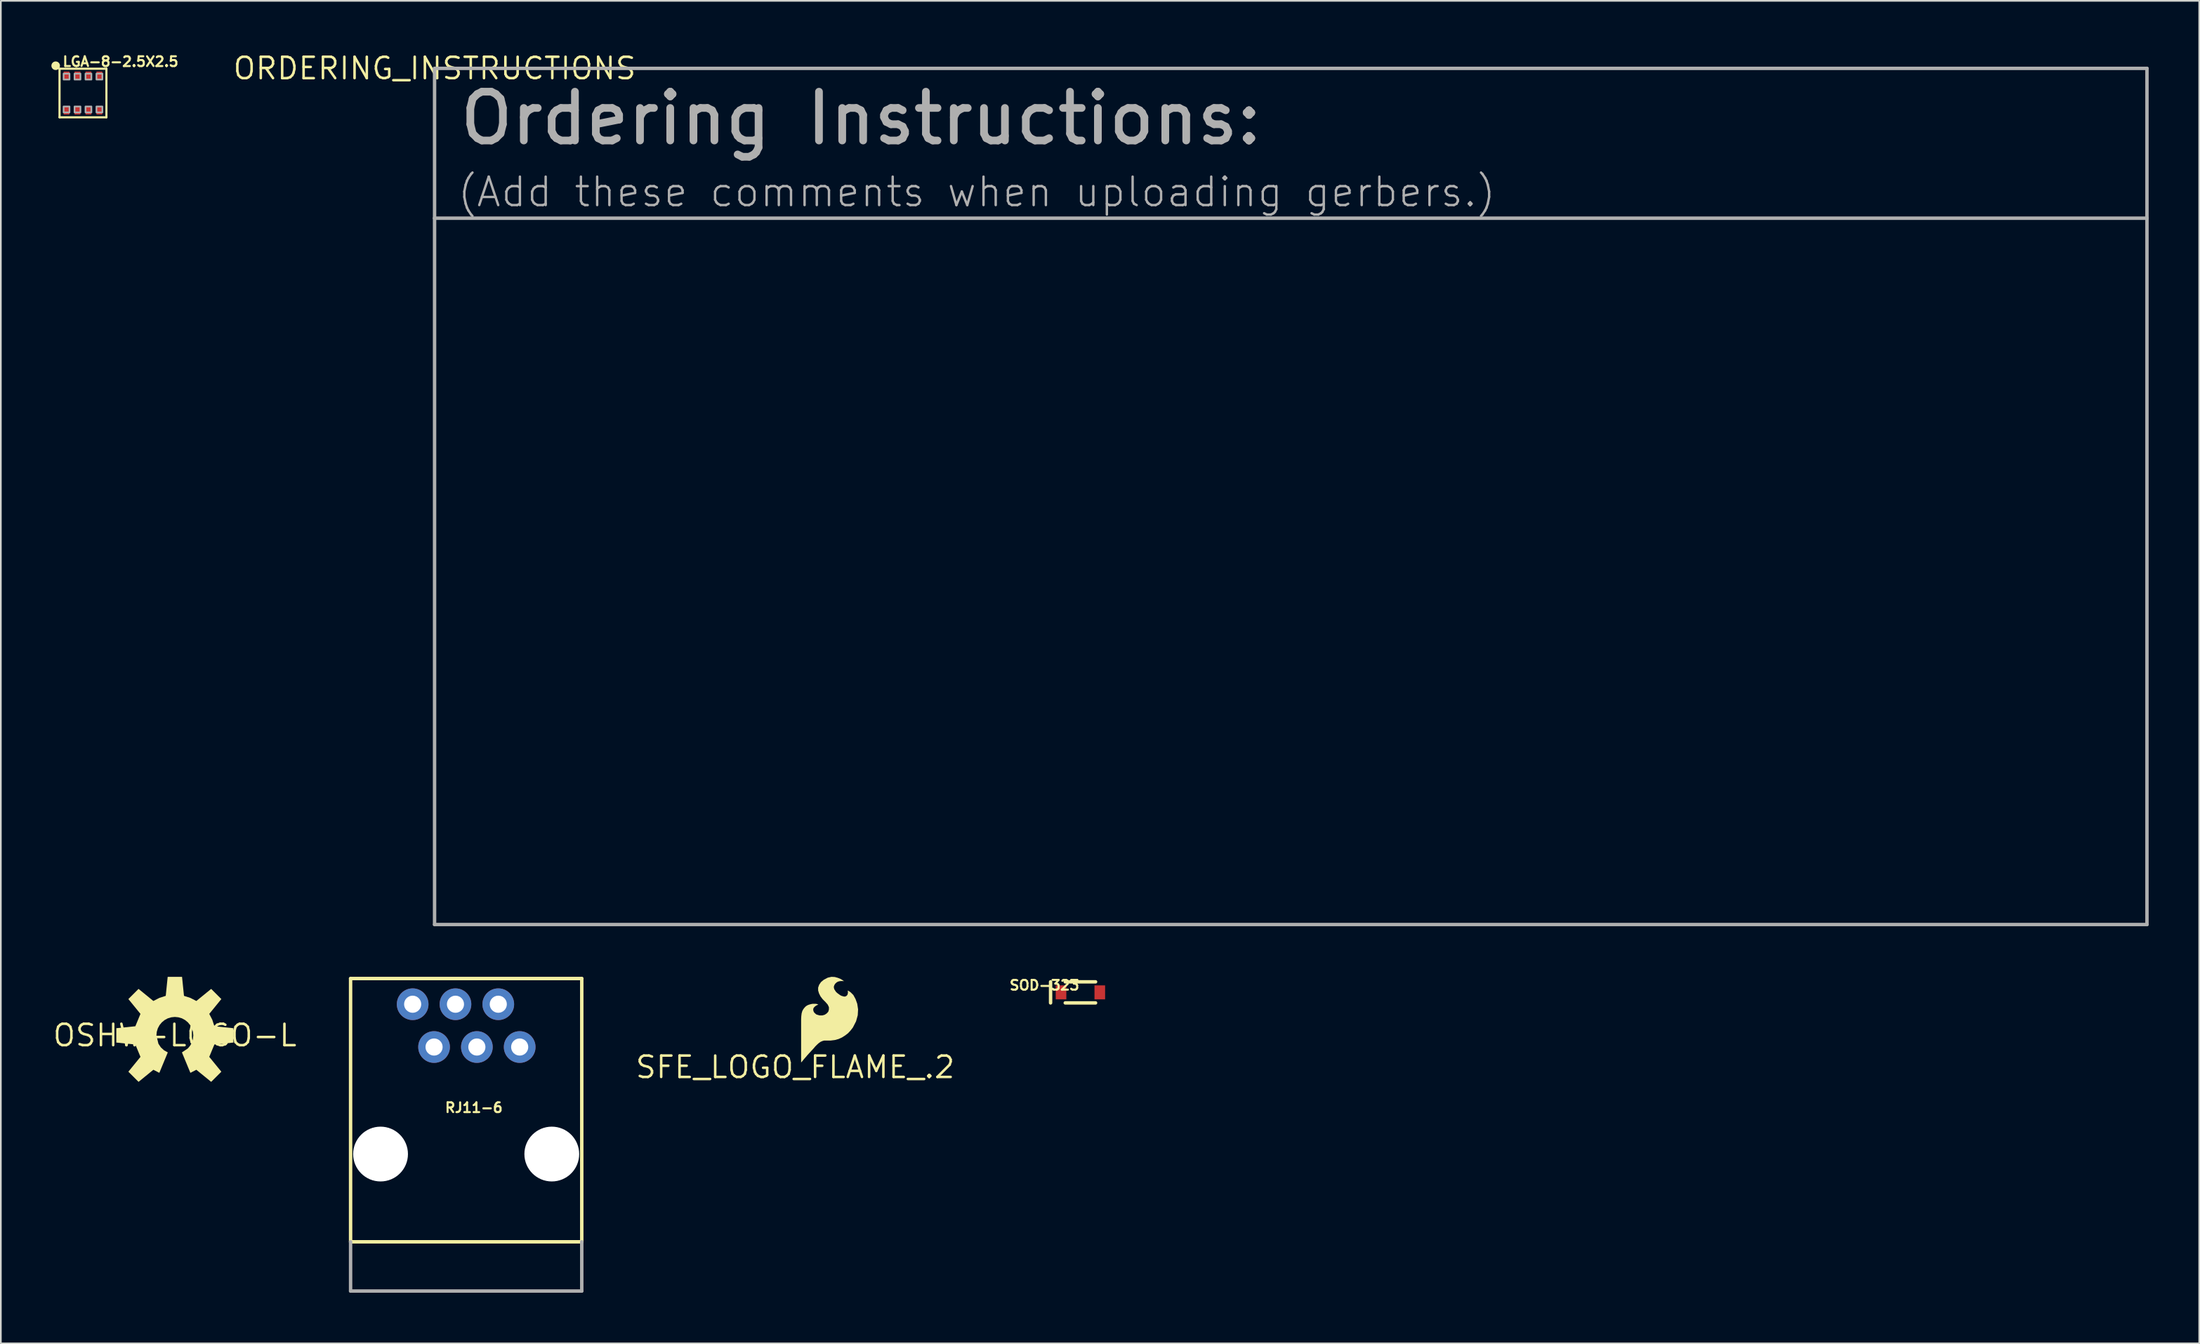
<source format=kicad_pcb>
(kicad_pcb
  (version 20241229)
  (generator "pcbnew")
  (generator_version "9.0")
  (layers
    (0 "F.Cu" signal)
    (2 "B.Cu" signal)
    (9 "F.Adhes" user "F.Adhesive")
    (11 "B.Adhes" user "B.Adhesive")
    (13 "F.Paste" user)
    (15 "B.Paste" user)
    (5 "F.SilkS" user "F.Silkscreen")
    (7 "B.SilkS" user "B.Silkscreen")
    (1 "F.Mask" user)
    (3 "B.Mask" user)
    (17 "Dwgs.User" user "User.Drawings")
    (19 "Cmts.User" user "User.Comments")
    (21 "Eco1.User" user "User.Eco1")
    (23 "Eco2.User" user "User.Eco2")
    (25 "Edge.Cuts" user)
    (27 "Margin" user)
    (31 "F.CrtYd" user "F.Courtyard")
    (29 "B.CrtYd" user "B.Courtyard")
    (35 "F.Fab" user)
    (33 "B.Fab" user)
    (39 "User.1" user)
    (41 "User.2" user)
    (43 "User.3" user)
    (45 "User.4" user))
  (footprint "OSHW-LOGO-L"
    (layer "F.Cu")
    (at 7.325 58.382)
    (property "Reference" "OSHW-LOGO-L" (at 0 0 0) (layer "F.SilkS") (effects (font (size 1.27 1.27) (thickness 0.15))))
    (attr through_hole)
    (fp_poly (pts (xy 0.921 2.223) (xy 1.275 2.041) (xy 2.155 2.758) (xy 2.758 2.155) (xy 2.041 1.275) (xy 2.345 0.541) (xy 3.474 0.426) (xy 3.474 -0.426) (xy 2.345 -0.541) (xy 2.223 -0.921) (xy 2.041 -1.275) (xy 2.758 -2.155) (xy 2.155 -2.758) (xy 1.275 -2.041) (xy 0.921 -2.223) (xy 0.541 -2.345) (xy 0.426 -3.474) (xy -0.426 -3.474) (xy -0.541 -2.345) (xy -0.921 -2.223) (xy -1.275 -2.041) (xy -2.155 -2.758) (xy -2.758 -2.155) (xy -2.041 -1.275) (xy -2.345 -0.541) (xy -3.474 -0.426) (xy -3.474 0.426) (xy -2.345 0.541) (xy -2.041 1.275) (xy -2.758 2.155) (xy -2.155 2.758) (xy -1.275 2.041) (xy -0.921 2.223) (xy -0.419 1.01) (xy -0.643 0.885) (xy -0.832 0.71) (xy -0.975 0.497) (xy -1.094 0) (xy -1.094 -0.000001) (xy -1.073 -0.213) (xy -1.011 -0.419) (xy -0.909 -0.608) (xy -0.773 -0.773) (xy -0.608 -0.909) (xy -0.419 -1.011) (xy -0.213 -1.073) (xy -0.000039 -1.094) (xy 0.213 -1.073) (xy 0.419 -1.011) (xy 0.608 -0.909) (xy 0.773 -0.773) (xy 0.909 -0.608) (xy 1.01 -0.419) (xy 1.073 -0.213) (xy 1.094 -0.000038) (xy 1.073 0.213) (xy 1.011 0.419) (xy 0.909 0.608) (xy 0.773 0.773) (xy 0.419 1.01)) (stroke (width 0) (type solid)) (fill yes) (layer "F.SilkS")))
  (footprint "SFE_LOGO_FLAME_.2"
    (layer "F.Cu")
    (at 44.132 60.268)
    (property "Reference" "SFE_LOGO_FLAME_.2" (at 0 0 0) (layer "F.SilkS") (effects (font (size 1.27 1.27) (thickness 0.15))))
    (attr through_hole)
    (fp_poly (pts (xy 3.12 -4.54) (xy 3.12 -4.53) (xy 3.12 -4.49) (xy 3.13 -4.44) (xy 3.12 -4.38) (xy 3.11 -4.32) (xy 3.08 -4.27) (xy 3.03 -4.22) (xy 2.96 -4.19) (xy 2.89 -4.19) (xy 2.82 -4.21) (xy 2.75 -4.23) (xy 2.67 -4.27) (xy 2.6 -4.32) (xy 2.53 -4.37) (xy 2.46 -4.43) (xy 2.41 -4.48) (xy 2.36 -4.56) (xy 2.32 -4.62) (xy 2.3 -4.69) (xy 2.29 -4.75) (xy 2.3 -4.81) (xy 2.32 -4.86) (xy 2.35 -4.92) (xy 2.39 -4.97) (xy 2.47 -5.04) (xy 2.55 -5.08) (xy 2.63 -5.1) (xy 2.72 -5.11) (xy 2.79 -5.11) (xy 2.85 -5.11) (xy 2.89 -5.1) (xy 2.9 -5.1) (xy 2.87 -5.12) (xy 2.8 -5.17) (xy 2.68 -5.24) (xy 2.53 -5.3) (xy 2.35 -5.35) (xy 2.15 -5.36) (xy 1.93 -5.31) (xy 1.7 -5.19) (xy 1.53 -5.05) (xy 1.42 -4.89) (xy 1.36 -4.72) (xy 1.36 -4.55) (xy 1.41 -4.38) (xy 1.5 -4.2) (xy 1.63 -4.03) (xy 1.8 -3.86) (xy 1.93 -3.71) (xy 2 -3.56) (xy 2 -3.42) (xy 1.96 -3.29) (xy 1.87 -3.19) (xy 1.75 -3.11) (xy 1.61 -3.07) (xy 1.45 -3.07) (xy 1.34 -3.1) (xy 1.25 -3.13) (xy 1.18 -3.19) (xy 1.12 -3.25) (xy 1.09 -3.31) (xy 1.07 -3.38) (xy 1.07 -3.45) (xy 1.09 -3.51) (xy 1.12 -3.55) (xy 1.16 -3.59) (xy 1.21 -3.63) (xy 1.25 -3.66) (xy 1.3 -3.68) (xy 1.34 -3.7) (xy 1.36 -3.71) (xy 1.37 -3.72) (xy 1.36 -3.72) (xy 1.33 -3.73) (xy 1.28 -3.75) (xy 1.21 -3.76) (xy 1.13 -3.76) (xy 1.03 -3.76) (xy 0.93 -3.74) (xy 0.82 -3.71) (xy 0.72 -3.67) (xy 0.63 -3.61) (xy 0.55 -3.53) (xy 0.48 -3.44) (xy 0.42 -3.33) (xy 0.38 -3.19) (xy 0.36 -3.03) (xy 0.35 -2.84) (xy 0.35 -2.51) (xy 0.35 -2.19) (xy 0.35 -1.87) (xy 0.35 -1.55) (xy 0.35 -1.23) (xy 0.35 -0.91) (xy 0.35 -0.59) (xy 0.35 -0.27) (xy 0.36 -0.29) (xy 0.4 -0.33) (xy 0.46 -0.4) (xy 0.53 -0.49) (xy 0.62 -0.59) (xy 0.72 -0.71) (xy 0.83 -0.83) (xy 0.95 -0.96) (xy 1.08 -1.1) (xy 1.19 -1.23) (xy 1.3 -1.34) (xy 1.4 -1.43) (xy 1.5 -1.5) (xy 1.61 -1.55) (xy 1.72 -1.58) (xy 1.86 -1.58) (xy 2.11 -1.58) (xy 2.35 -1.61) (xy 2.57 -1.67) (xy 2.77 -1.76) (xy 2.96 -1.88) (xy 3.13 -2.01) (xy 3.28 -2.17) (xy 3.42 -2.35) (xy 3.61 -2.72) (xy 3.71 -3.08) (xy 3.73 -3.43) (xy 3.68 -3.76) (xy 3.58 -4.04) (xy 3.45 -4.28) (xy 3.28 -4.45) (xy 3.12 -4.55)) (stroke (width 0) (type solid)) (fill yes) (layer "F.SilkS")))
  (footprint "ORDERING_INSTRUCTIONS"
    (layer "F.Cu")
    (at 22.734 1.006)
    (property "Reference" "ORDERING_INSTRUCTIONS" (at 0 0 0) (layer "F.SilkS") (effects (font (size 1.27 1.27) (thickness 0.15))))
    (attr through_hole)
    (fp_line (start 0 0) (end 101.6 0) (stroke (width 0.203) (type solid)) (layer "F.Fab"))
    (fp_line (start 0 8.89) (end 0 0) (stroke (width 0.203) (type solid)) (layer "F.Fab"))
    (fp_line (start 0 8.89) (end 101.6 8.89) (stroke (width 0.203) (type solid)) (layer "F.Fab"))
    (fp_line (start 0 50.8) (end 0 8.89) (stroke (width 0.203) (type solid)) (layer "F.Fab"))
    (fp_line (start 101.6 0) (end 101.6 8.89) (stroke (width 0.203) (type solid)) (layer "F.Fab"))
    (fp_line (start 101.6 8.89) (end 101.6 50.8) (stroke (width 0.203) (type solid)) (layer "F.Fab"))
    (fp_line (start 101.6 50.8) (end 0 50.8) (stroke (width 0.203) (type solid)) (layer "F.Fab"))
    (fp_text user "Ordering Instructions:" (at 1.27 1.27 0) (layer "F.Fab") (effects (font (size 2.896 2.896) (thickness 0.457)) (justify left top)))
    (fp_text user "(Add these comments when uploading gerbers.)" (at 1.27 6.35 0) (layer "F.Fab") (effects (font (size 1.689 1.689) (thickness 0.142)) (justify left top))))
  (footprint "RJ11-6"
    (layer "F.Cu")
    (at 24.609 65.423)
    (property "Reference" "RJ11-6" (at -1.321 -2.413 0) (layer "F.SilkS") (effects (font (size 0.579 0.579) (thickness 0.122)) (justify left bottom)))
    (attr through_hole)
    (fp_line (start -6.858 -10.414) (end -6.858 5.207) (stroke (width 0.203) (type solid)) (layer "F.SilkS"))
    (fp_line (start 6.858 -10.414) (end -6.858 -10.414) (stroke (width 0.203) (type solid)) (layer "F.SilkS"))
    (fp_line (start 6.858 5.207) (end -6.858 5.207) (stroke (width 0.203) (type solid)) (layer "F.SilkS"))
    (fp_line (start 6.858 5.207) (end 6.858 -10.414) (stroke (width 0.203) (type solid)) (layer "F.SilkS"))
    (fp_line (start -6.858 5.207) (end -6.858 8.128) (stroke (width 0.203) (type solid)) (layer "F.Fab"))
    (fp_line (start -6.858 8.128) (end 6.858 8.128) (stroke (width 0.203) (type solid)) (layer "F.Fab"))
    (fp_line (start 6.858 8.128) (end 6.858 5.207) (stroke (width 0.203) (type solid)) (layer "F.Fab"))
    (pad "" np_thru_hole circle (at -5.08 0) (size 3.251 3.251) (drill 3.251) (layers "*.Cu" "*.Mask"))
    (pad "" np_thru_hole circle (at 5.08 0) (size 3.251 3.251) (drill 3.251) (layers "*.Cu" "*.Mask"))
    (pad "1" thru_hole circle (at -3.175 -8.89) (size 1.88 1.88) (drill 1.016) (layers "*.Cu" "*.Mask"))
    (pad "2" thru_hole circle (at -1.905 -6.35) (size 1.88 1.88) (drill 1.016) (layers "*.Cu" "*.Mask"))
    (pad "3" thru_hole circle (at -0.635 -8.89) (size 1.88 1.88) (drill 1.016) (layers "*.Cu" "*.Mask"))
    (pad "4" thru_hole circle (at 0.635 -6.35) (size 1.88 1.88) (drill 1.016) (layers "*.Cu" "*.Mask"))
    (pad "5" thru_hole circle (at 1.905 -8.89) (size 1.88 1.88) (drill 1.016) (layers "*.Cu" "*.Mask"))
    (pad "6" thru_hole circle (at 3.175 -6.35) (size 1.88 1.88) (drill 1.016) (layers "*.Cu" "*.Mask")))
  (footprint "SOD-323"
    (layer "F.Cu")
    (at 61.053 55.83)
    (property "Reference" "SOD-323" (at 0 -0.762 0) (layer "F.SilkS") (effects (font (size 0.579 0.579) (thickness 0.122)) (justify right top)))
    (attr through_hole)
    (fp_line (start -1.77 -0.625) (end -1.77 0.625) (stroke (width 0.203) (type solid)) (layer "F.SilkS"))
    (fp_line (start -0.9 -0.625) (end 0.9 -0.625) (stroke (width 0.203) (type solid)) (layer "F.SilkS"))
    (fp_line (start -0.9 0.625) (end 0.9 0.625) (stroke (width 0.203) (type solid)) (layer "F.SilkS"))
    (pad "A" smd rect (at 1.15 0) (size 0.63 0.83) (layers "F.Cu" "F.Mask" "F.Paste"))
    (pad "C" smd rect (at -1.15 0) (size 0.63 0.83) (layers "F.Cu" "F.Mask" "F.Paste")))
  (footprint "LGA-8-2.5X2.5"
    (layer "F.Cu")
    (at 1.873 2.469)
    (property "Reference" "LGA-8-2.5X2.5" (at -1.27 -1.524 0) (layer "F.SilkS") (effects (font (size 0.579 0.579) (thickness 0.122)) (justify left bottom)))
    (attr through_hole)
    (fp_line (start -1.391 -1.441) (end 1.391 -1.441) (stroke (width 0.127) (type solid)) (layer "F.SilkS"))
    (fp_line (start -1.391 1.441) (end -1.391 -1.441) (stroke (width 0.127) (type solid)) (layer "F.SilkS"))
    (fp_line (start 1.391 -1.441) (end 1.391 1.441) (stroke (width 0.127) (type solid)) (layer "F.SilkS"))
    (fp_line (start 1.391 1.441) (end -1.391 1.441) (stroke (width 0.127) (type solid)) (layer "F.SilkS"))
    (fp_circle (center -1.619 -1.619) (end -1.365 -1.619) (stroke (width 0) (type solid)) (fill yes) (layer "F.SilkS"))
    (fp_line (start -1.25 -1.25) (end -1.25 1.25) (stroke (width 0.001) (type solid)) (layer "F.Fab"))
    (fp_line (start -1.25 1.25) (end 1.25 1.25) (stroke (width 0.001) (type solid)) (layer "F.Fab"))
    (fp_line (start 1.25 -1.25) (end -1.25 -1.25) (stroke (width 0.001) (type solid)) (layer "F.Fab"))
    (fp_line (start 1.25 1.25) (end 1.25 -1.25) (stroke (width 0.001) (type solid)) (layer "F.Fab"))
    (fp_poly (pts (xy -1.15 -0.8) (xy -0.8 -0.8) (xy -0.8 -1.15) (xy -1.15 -1.15)) (stroke (width 0.1) (type solid)) (fill no) (layer "F.Fab"))
    (fp_poly (pts (xy -0.8 0.8) (xy -1.15 0.8) (xy -1.15 1.15) (xy -0.8 1.15)) (stroke (width 0.1) (type solid)) (fill no) (layer "F.Fab"))
    (fp_poly (pts (xy -0.5 -0.8) (xy -0.15 -0.8) (xy -0.15 -1.15) (xy -0.5 -1.15)) (stroke (width 0.1) (type solid)) (fill no) (layer "F.Fab"))
    (fp_poly (pts (xy -0.15 0.8) (xy -0.5 0.8) (xy -0.5 1.15) (xy -0.15 1.15)) (stroke (width 0.1) (type solid)) (fill no) (layer "F.Fab"))
    (fp_poly (pts (xy 0.15 -0.8) (xy 0.5 -0.8) (xy 0.5 -1.15) (xy 0.15 -1.15)) (stroke (width 0.1) (type solid)) (fill no) (layer "F.Fab"))
    (fp_poly (pts (xy 0.5 0.8) (xy 0.15 0.8) (xy 0.15 1.15) (xy 0.5 1.15)) (stroke (width 0.1) (type solid)) (fill no) (layer "F.Fab"))
    (fp_poly (pts (xy 0.8 -0.8) (xy 1.15 -0.8) (xy 1.15 -1.15) (xy 0.8 -1.15)) (stroke (width 0.1) (type solid)) (fill no) (layer "F.Fab"))
    (fp_poly (pts (xy 1.15 0.8) (xy 0.8 0.8) (xy 0.8 1.15) (xy 1.15 1.15)) (stroke (width 0.1) (type solid)) (fill no) (layer "F.Fab"))
    (pad "1" smd rect (at -0.975 -1.025 90) (size 0.5 0.35) (layers "F.Cu" "F.Mask" "F.Paste"))
    (pad "2" smd rect (at -0.325 -1.025 90) (size 0.5 0.35) (layers "F.Cu" "F.Mask" "F.Paste"))
    (pad "3" smd rect (at 0.325 -1.025 90) (size 0.5 0.35) (layers "F.Cu" "F.Mask" "F.Paste"))
    (pad "4" smd rect (at 0.975 -1.025 90) (size 0.5 0.35) (layers "F.Cu" "F.Mask" "F.Paste"))
    (pad "5" smd rect (at 0.975 1.025 90) (size 0.5 0.35) (layers "F.Cu" "F.Mask" "F.Paste"))
    (pad "6" smd rect (at 0.325 1.025 90) (size 0.5 0.35) (layers "F.Cu" "F.Mask" "F.Paste"))
    (pad "7" smd rect (at -0.325 1.025 90) (size 0.5 0.35) (layers "F.Cu" "F.Mask" "F.Paste"))
    (pad "8" smd rect (at -0.975 1.025 90) (size 0.5 0.35) (layers "F.Cu" "F.Mask" "F.Paste")))
  (gr_rect
    (start -3 -3)
    (end 127.436 76.653)
    (stroke (width 0.1) (type default))
    (fill no)
    (layer "Edge.Cuts")))
</source>
